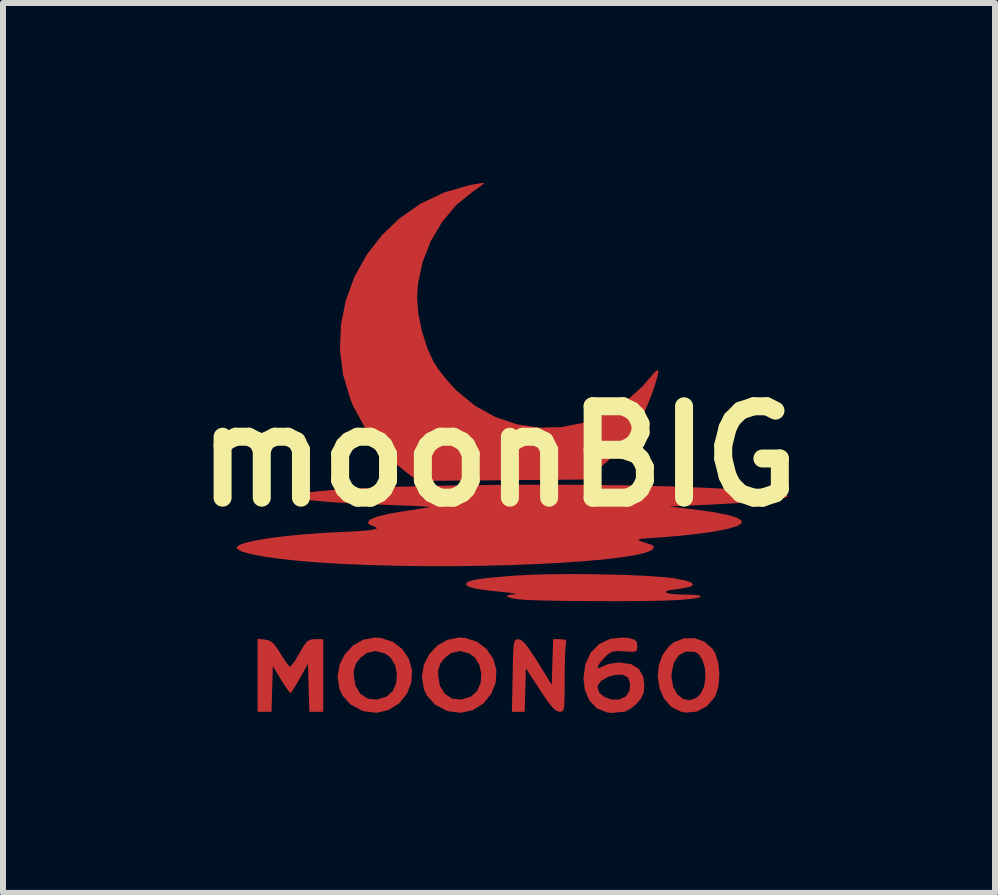
<source format=kicad_pcb>
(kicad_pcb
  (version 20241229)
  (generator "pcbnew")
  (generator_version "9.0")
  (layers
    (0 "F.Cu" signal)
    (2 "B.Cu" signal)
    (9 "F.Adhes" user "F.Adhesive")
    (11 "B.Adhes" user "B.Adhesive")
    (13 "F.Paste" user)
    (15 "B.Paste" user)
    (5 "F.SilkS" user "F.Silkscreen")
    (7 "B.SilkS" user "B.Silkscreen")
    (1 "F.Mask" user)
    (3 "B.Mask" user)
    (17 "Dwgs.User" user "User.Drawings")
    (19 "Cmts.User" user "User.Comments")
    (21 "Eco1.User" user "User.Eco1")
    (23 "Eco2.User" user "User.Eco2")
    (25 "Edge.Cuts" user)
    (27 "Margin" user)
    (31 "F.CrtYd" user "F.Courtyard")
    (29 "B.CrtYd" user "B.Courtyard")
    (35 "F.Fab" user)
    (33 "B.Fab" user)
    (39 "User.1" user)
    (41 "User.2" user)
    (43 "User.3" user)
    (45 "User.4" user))
  (footprint "moonBIG"
    (layer "F.Cu")
    (at 5.269 4.557)
    (property "Reference" "moonBIG" (at 0 0 0) (layer "F.SilkS") (effects (font (size 1.524 1.524) (thickness 0.3))))
    (attr board_only exclude_from_pos_files exclude_from_bom)
    (fp_poly (pts (xy -3.9 3.055) (xy -3.823 3.074) (xy -3.758 3.122) (xy -3.688 3.216) (xy -3.647 3.282) (xy -3.576 3.395) (xy -3.518 3.476) (xy -3.487 3.507) (xy -3.455 3.481) (xy -3.399 3.402) (xy -3.33 3.287) (xy -3.328 3.283) (xy -3.256 3.158) (xy -3.201 3.087) (xy -3.147 3.056) (xy -3.075 3.048) (xy -3.065 3.048) (xy -2.931 3.048) (xy -2.931 4.259) (xy -3.162 4.259) (xy -3.174 3.859) (xy -3.185 3.458) (xy -3.321 3.703) (xy -3.39 3.822) (xy -3.446 3.909) (xy -3.477 3.946) (xy -3.478 3.947) (xy -3.507 3.916) (xy -3.563 3.835) (xy -3.635 3.722) (xy -3.771 3.497) (xy -3.782 3.878) (xy -3.793 4.259) (xy -4.025 4.259) (xy -4.025 3.043)) (stroke (width 0) (type solid)) (fill yes) (layer "F.Cu"))
    (fp_poly (pts (xy -1.972 3.027) (xy -1.771 3.092) (xy -1.613 3.213) (xy -1.504 3.374) (xy -1.451 3.564) (xy -1.461 3.766) (xy -1.532 3.953) (xy -1.667 4.121) (xy -1.843 4.23) (xy -2.042 4.276) (xy -2.25 4.251) (xy -2.28 4.241) (xy -2.476 4.137) (xy -2.611 3.986) (xy -2.661 3.878) (xy -2.692 3.672) (xy -2.687 3.642) (xy -2.423 3.642) (xy -2.393 3.824) (xy -2.311 3.959) (xy -2.189 4.039) (xy -2.038 4.056) (xy -1.875 4.005) (xy -1.771 3.912) (xy -1.714 3.778) (xy -1.702 3.626) (xy -1.734 3.476) (xy -1.811 3.352) (xy -1.901 3.287) (xy -2.062 3.245) (xy -2.205 3.279) (xy -2.309 3.358) (xy -2.388 3.458) (xy -2.42 3.568) (xy -2.423 3.642) (xy -2.687 3.642) (xy -2.659 3.474) (xy -2.569 3.297) (xy -2.435 3.154) (xy -2.265 3.058) (xy -2.07 3.02)) (stroke (width 0) (type solid)) (fill yes) (layer "F.Cu"))
    (fp_poly (pts (xy -0.565 3.027) (xy -0.364 3.092) (xy -0.206 3.213) (xy -0.097 3.374) (xy -0.044 3.564) (xy -0.054 3.766) (xy -0.126 3.953) (xy -0.26 4.121) (xy -0.436 4.23) (xy -0.636 4.276) (xy -0.843 4.251) (xy -0.873 4.241) (xy -1.069 4.137) (xy -1.204 3.986) (xy -1.254 3.878) (xy -1.286 3.672) (xy -1.281 3.642) (xy -1.016 3.642) (xy -0.986 3.824) (xy -0.904 3.959) (xy -0.782 4.039) (xy -0.632 4.056) (xy -0.468 4.005) (xy -0.365 3.912) (xy -0.307 3.778) (xy -0.295 3.626) (xy -0.328 3.476) (xy -0.404 3.352) (xy -0.495 3.287) (xy -0.655 3.245) (xy -0.798 3.279) (xy -0.902 3.358) (xy -0.981 3.458) (xy -1.013 3.568) (xy -1.016 3.642) (xy -1.281 3.642) (xy -1.252 3.474) (xy -1.163 3.297) (xy -1.028 3.154) (xy -0.858 3.058) (xy -0.663 3.02)) (stroke (width 0) (type solid)) (fill yes) (layer "F.Cu"))
    (fp_poly (pts (xy 1.104 3.057) (xy 1.123 3.09) (xy 1.118 3.11) (xy 1.109 3.17) (xy 1.102 3.292) (xy 1.097 3.46) (xy 1.094 3.657) (xy 1.094 3.716) (xy 1.094 3.931) (xy 1.091 4.08) (xy 1.085 4.176) (xy 1.072 4.229) (xy 1.052 4.253) (xy 1.021 4.259) (xy 1.006 4.259) (xy 0.954 4.242) (xy 0.892 4.187) (xy 0.81 4.084) (xy 0.7 3.923) (xy 0.684 3.897) (xy 0.449 3.536) (xy 0.438 3.898) (xy 0.427 4.259) (xy 0.321 4.259) (xy 0.215 4.259) (xy 0.227 3.654) (xy 0.231 3.424) (xy 0.237 3.262) (xy 0.244 3.154) (xy 0.256 3.091) (xy 0.274 3.06) (xy 0.3 3.05) (xy 0.324 3.049) (xy 0.374 3.066) (xy 0.435 3.123) (xy 0.514 3.228) (xy 0.62 3.39) (xy 0.645 3.43) (xy 0.879 3.809) (xy 0.89 3.429) (xy 0.902 3.048) (xy 1.022 3.048)) (stroke (width 0) (type solid)) (fill yes) (layer "F.Cu"))
    (fp_poly (pts (xy 3.422 3.089) (xy 3.556 3.205) (xy 3.605 3.282) (xy 3.656 3.444) (xy 3.674 3.635) (xy 3.659 3.826) (xy 3.612 3.984) (xy 3.597 4.013) (xy 3.464 4.167) (xy 3.299 4.255) (xy 3.115 4.273) (xy 3.027 4.256) (xy 2.869 4.175) (xy 2.752 4.042) (xy 2.678 3.873) (xy 2.647 3.685) (xy 2.647 3.676) (xy 2.875 3.676) (xy 2.902 3.841) (xy 2.97 3.966) (xy 3.066 4.044) (xy 3.176 4.067) (xy 3.287 4.028) (xy 3.358 3.961) (xy 3.418 3.839) (xy 3.442 3.691) (xy 3.433 3.537) (xy 3.393 3.398) (xy 3.327 3.297) (xy 3.259 3.259) (xy 3.113 3.255) (xy 2.995 3.318) (xy 2.914 3.441) (xy 2.877 3.614) (xy 2.875 3.676) (xy 2.647 3.676) (xy 2.661 3.493) (xy 2.723 3.315) (xy 2.833 3.165) (xy 2.908 3.105) (xy 3.079 3.034) (xy 3.257 3.031)) (stroke (width 0) (type solid)) (fill yes) (layer "F.Cu"))
    (fp_poly (pts (xy 1.489 1.964) (xy 1.833 1.97) (xy 2.162 1.98) (xy 2.46 1.993) (xy 2.712 2.011) (xy 2.903 2.032) (xy 2.91 2.033) (xy 3.095 2.067) (xy 3.204 2.103) (xy 3.237 2.138) (xy 3.192 2.172) (xy 3.07 2.2) (xy 2.947 2.217) (xy 2.825 2.235) (xy 2.777 2.256) (xy 2.796 2.277) (xy 2.877 2.294) (xy 3.015 2.304) (xy 3.095 2.305) (xy 3.259 2.31) (xy 3.349 2.321) (xy 3.368 2.338) (xy 3.321 2.357) (xy 3.209 2.376) (xy 3.037 2.392) (xy 2.959 2.397) (xy 2.781 2.404) (xy 2.542 2.41) (xy 2.256 2.413) (xy 1.942 2.415) (xy 1.614 2.414) (xy 1.289 2.412) (xy 0.983 2.409) (xy 0.713 2.403) (xy 0.495 2.396) (xy 0.449 2.394) (xy 0.303 2.381) (xy 0.195 2.361) (xy 0.135 2.339) (xy 0.132 2.319) (xy 0.192 2.304) (xy 0.256 2.3) (xy 0.286 2.295) (xy 0.248 2.285) (xy 0.148 2.271) (xy 0.039 2.26) (xy -0.207 2.233) (xy -0.382 2.207) (xy -0.492 2.179) (xy -0.543 2.148) (xy -0.549 2.129) (xy -0.53 2.1) (xy -0.474 2.075) (xy -0.372 2.052) (xy -0.217 2.031) (xy 0.001 2.01) (xy 0.274 1.988) (xy 0.522 1.975) (xy 0.818 1.966) (xy 1.145 1.963)) (stroke (width 0) (type solid)) (fill yes) (layer "F.Cu"))
    (fp_poly (pts (xy 2.154 3.029) (xy 2.253 3.053) (xy 2.296 3.092) (xy 2.306 3.162) (xy 2.302 3.223) (xy 2.278 3.253) (xy 2.215 3.26) (xy 2.093 3.252) (xy 2.092 3.252) (xy 1.964 3.245) (xy 1.881 3.26) (xy 1.812 3.304) (xy 1.76 3.353) (xy 1.682 3.442) (xy 1.645 3.506) (xy 1.651 3.534) (xy 1.703 3.516) (xy 1.728 3.5) (xy 1.829 3.46) (xy 1.973 3.44) (xy 2.016 3.439) (xy 2.203 3.465) (xy 2.333 3.545) (xy 2.405 3.678) (xy 2.423 3.819) (xy 2.412 3.943) (xy 2.369 4.036) (xy 2.29 4.127) (xy 2.195 4.206) (xy 2.108 4.253) (xy 2.078 4.259) (xy 1.986 4.266) (xy 1.947 4.273) (xy 1.87 4.278) (xy 1.8 4.27) (xy 1.633 4.202) (xy 1.508 4.073) (xy 1.43 3.894) (xy 1.425 3.852) (xy 1.641 3.852) (xy 1.675 3.946) (xy 1.763 4.016) (xy 1.879 4.054) (xy 2.002 4.054) (xy 2.108 4.007) (xy 2.117 3.999) (xy 2.173 3.907) (xy 2.186 3.794) (xy 2.154 3.696) (xy 2.141 3.681) (xy 2.055 3.641) (xy 1.937 3.643) (xy 1.814 3.678) (xy 1.71 3.738) (xy 1.648 3.815) (xy 1.641 3.852) (xy 1.425 3.852) (xy 1.407 3.699) (xy 1.439 3.465) (xy 1.53 3.272) (xy 1.671 3.128) (xy 1.853 3.042) (xy 2.068 3.02)) (stroke (width 0) (type solid)) (fill yes) (layer "F.Cu"))
    (fp_poly (pts (xy -0.246 -4.557) (xy -0.27 -4.532) (xy -0.343 -4.478) (xy -0.428 -4.42) (xy -0.706 -4.196) (xy -0.945 -3.914) (xy -1.137 -3.589) (xy -1.276 -3.234) (xy -1.353 -2.863) (xy -1.367 -2.634) (xy -1.345 -2.372) (xy -1.285 -2.083) (xy -1.195 -1.802) (xy -1.088 -1.569) (xy -0.999 -1.436) (xy -0.876 -1.28) (xy -0.74 -1.129) (xy -0.706 -1.094) (xy -0.397 -0.84) (xy -0.058 -0.654) (xy 0.302 -0.533) (xy 0.674 -0.478) (xy 1.049 -0.488) (xy 1.417 -0.562) (xy 1.77 -0.701) (xy 2.098 -0.903) (xy 2.392 -1.167) (xy 2.504 -1.298) (xy 2.593 -1.402) (xy 2.643 -1.44) (xy 2.657 -1.42) (xy 2.64 -1.323) (xy 2.596 -1.176) (xy 2.534 -1.002) (xy 2.46 -0.82) (xy 2.384 -0.651) (xy 2.313 -0.517) (xy 2.302 -0.5) (xy 2.169 -0.315) (xy 2.003 -0.118) (xy 1.823 0.068) (xy 1.652 0.221) (xy 1.578 0.276) (xy 1.418 0.387) (xy 0.039 0.399) (xy -1.339 0.41) (xy -1.481 0.317) (xy -1.756 0.098) (xy -2.017 -0.18) (xy -2.246 -0.497) (xy -2.428 -0.832) (xy -2.473 -0.938) (xy -2.599 -1.356) (xy -2.652 -1.778) (xy -2.635 -2.197) (xy -2.553 -2.604) (xy -2.41 -2.992) (xy -2.209 -3.354) (xy -1.956 -3.684) (xy -1.653 -3.972) (xy -1.305 -4.213) (xy -0.916 -4.398) (xy -0.515 -4.515) (xy -0.384 -4.54) (xy -0.287 -4.556) (xy -0.246 -4.557)) (stroke (width 0) (type solid)) (fill yes) (layer "F.Cu"))
    (fp_poly (pts (xy 1.475 0.476) (xy 1.999 0.482) (xy 2.499 0.492) (xy 2.966 0.505) (xy 3.068 0.509) (xy 3.542 0.529) (xy 3.942 0.55) (xy 4.268 0.571) (xy 4.519 0.594) (xy 4.695 0.618) (xy 4.795 0.642) (xy 4.818 0.667) (xy 4.764 0.693) (xy 4.633 0.719) (xy 4.462 0.742) (xy 4.31 0.756) (xy 4.103 0.772) (xy 3.863 0.787) (xy 3.611 0.801) (xy 3.489 0.807) (xy 2.833 0.836) (xy 3.263 0.887) (xy 3.572 0.93) (xy 3.805 0.975) (xy 3.961 1.021) (xy 4.041 1.068) (xy 4.045 1.115) (xy 3.971 1.162) (xy 3.82 1.208) (xy 3.591 1.253) (xy 3.482 1.27) (xy 3.269 1.297) (xy 3.02 1.324) (xy 2.776 1.345) (xy 2.683 1.352) (xy 2.498 1.364) (xy 2.383 1.374) (xy 2.328 1.384) (xy 2.325 1.397) (xy 2.365 1.416) (xy 2.409 1.431) (xy 2.505 1.464) (xy 2.563 1.483) (xy 2.569 1.484) (xy 2.579 1.515) (xy 2.579 1.523) (xy 2.541 1.568) (xy 2.431 1.61) (xy 2.257 1.65) (xy 2.023 1.686) (xy 1.737 1.72) (xy 1.406 1.749) (xy 1.035 1.775) (xy 0.631 1.796) (xy 0.201 1.813) (xy -0.249 1.824) (xy -0.712 1.831) (xy -1.183 1.831) (xy -1.654 1.826) (xy -2.118 1.814) (xy -2.571 1.796) (xy -2.636 1.793) (xy -3.024 1.769) (xy -3.376 1.739) (xy -3.685 1.705) (xy -3.945 1.667) (xy -4.15 1.627) (xy -4.293 1.585) (xy -4.367 1.542) (xy -4.377 1.522) (xy -4.339 1.482) (xy -4.232 1.442) (xy -4.063 1.403) (xy -3.841 1.366) (xy -3.575 1.332) (xy -3.272 1.302) (xy -2.942 1.278) (xy -2.667 1.264) (xy -2.399 1.251) (xy -2.206 1.237) (xy -2.085 1.22) (xy -2.035 1.202) (xy -2.052 1.18) (xy -2.11 1.161) (xy -2.174 1.129) (xy -2.188 1.104) (xy -2.149 1.054) (xy -2.033 1.005) (xy -1.84 0.958) (xy -1.586 0.915) (xy -1.417 0.89) (xy -1.276 0.867) (xy -1.181 0.851) (xy -1.153 0.845) (xy -1.178 0.841) (xy -1.27 0.834) (xy -1.419 0.827) (xy -1.614 0.819) (xy -1.843 0.81) (xy -1.915 0.808) (xy -2.242 0.795) (xy -2.546 0.78) (xy -2.818 0.762) (xy -3.048 0.742) (xy -3.227 0.722) (xy -3.345 0.702) (xy -3.392 0.685) (xy -3.402 0.659) (xy -3.365 0.637) (xy -3.274 0.616) (xy -3.117 0.594) (xy -3.044 0.586) (xy -2.79 0.562) (xy -2.468 0.541) (xy -2.086 0.523) (xy -1.654 0.507) (xy -1.181 0.494) (xy -0.676 0.484) (xy -0.149 0.477) (xy 0.392 0.474) (xy 0.936 0.473)) (stroke (width 0) (type solid)) (fill yes) (layer "F.Cu"))
    (fp_poly (pts (xy -3.9 3.055) (xy -3.823 3.074) (xy -3.758 3.122) (xy -3.688 3.216) (xy -3.647 3.282) (xy -3.576 3.395) (xy -3.518 3.476) (xy -3.487 3.507) (xy -3.455 3.481) (xy -3.399 3.402) (xy -3.33 3.287) (xy -3.328 3.283) (xy -3.256 3.158) (xy -3.201 3.087) (xy -3.147 3.056) (xy -3.075 3.048) (xy -3.065 3.048) (xy -2.931 3.048) (xy -2.931 4.259) (xy -3.162 4.259) (xy -3.174 3.859) (xy -3.185 3.458) (xy -3.321 3.703) (xy -3.39 3.822) (xy -3.446 3.909) (xy -3.477 3.946) (xy -3.478 3.947) (xy -3.507 3.916) (xy -3.563 3.835) (xy -3.635 3.722) (xy -3.771 3.497) (xy -3.782 3.878) (xy -3.793 4.259) (xy -4.025 4.259) (xy -4.025 3.043)) (stroke (width 0) (type solid)) (fill yes) (layer "F.Mask"))
    (fp_poly (pts (xy -1.972 3.027) (xy -1.771 3.092) (xy -1.613 3.213) (xy -1.504 3.374) (xy -1.451 3.564) (xy -1.461 3.766) (xy -1.532 3.953) (xy -1.667 4.121) (xy -1.843 4.23) (xy -2.042 4.276) (xy -2.25 4.251) (xy -2.28 4.241) (xy -2.476 4.137) (xy -2.611 3.986) (xy -2.661 3.878) (xy -2.692 3.672) (xy -2.687 3.642) (xy -2.423 3.642) (xy -2.393 3.824) (xy -2.311 3.959) (xy -2.189 4.039) (xy -2.038 4.056) (xy -1.875 4.005) (xy -1.771 3.912) (xy -1.714 3.778) (xy -1.702 3.626) (xy -1.734 3.476) (xy -1.811 3.352) (xy -1.901 3.287) (xy -2.062 3.245) (xy -2.205 3.279) (xy -2.309 3.358) (xy -2.388 3.458) (xy -2.42 3.568) (xy -2.423 3.642) (xy -2.687 3.642) (xy -2.659 3.474) (xy -2.569 3.297) (xy -2.435 3.154) (xy -2.265 3.058) (xy -2.07 3.02)) (stroke (width 0) (type solid)) (fill yes) (layer "F.Mask"))
    (fp_poly (pts (xy -0.565 3.027) (xy -0.364 3.092) (xy -0.206 3.213) (xy -0.097 3.374) (xy -0.044 3.564) (xy -0.054 3.766) (xy -0.126 3.953) (xy -0.26 4.121) (xy -0.436 4.23) (xy -0.636 4.276) (xy -0.843 4.251) (xy -0.873 4.241) (xy -1.069 4.137) (xy -1.204 3.986) (xy -1.254 3.878) (xy -1.286 3.672) (xy -1.281 3.642) (xy -1.016 3.642) (xy -0.986 3.824) (xy -0.904 3.959) (xy -0.782 4.039) (xy -0.632 4.056) (xy -0.468 4.005) (xy -0.365 3.912) (xy -0.307 3.778) (xy -0.295 3.626) (xy -0.328 3.476) (xy -0.404 3.352) (xy -0.495 3.287) (xy -0.655 3.245) (xy -0.798 3.279) (xy -0.902 3.358) (xy -0.981 3.458) (xy -1.013 3.568) (xy -1.016 3.642) (xy -1.281 3.642) (xy -1.252 3.474) (xy -1.163 3.297) (xy -1.028 3.154) (xy -0.858 3.058) (xy -0.663 3.02)) (stroke (width 0) (type solid)) (fill yes) (layer "F.Mask"))
    (fp_poly (pts (xy 1.104 3.057) (xy 1.123 3.09) (xy 1.118 3.11) (xy 1.109 3.17) (xy 1.102 3.292) (xy 1.097 3.46) (xy 1.094 3.657) (xy 1.094 3.716) (xy 1.094 3.931) (xy 1.091 4.08) (xy 1.085 4.176) (xy 1.072 4.229) (xy 1.052 4.253) (xy 1.021 4.259) (xy 1.006 4.259) (xy 0.954 4.242) (xy 0.892 4.187) (xy 0.81 4.084) (xy 0.7 3.923) (xy 0.684 3.897) (xy 0.449 3.536) (xy 0.438 3.898) (xy 0.427 4.259) (xy 0.321 4.259) (xy 0.215 4.259) (xy 0.227 3.654) (xy 0.231 3.424) (xy 0.237 3.262) (xy 0.244 3.154) (xy 0.256 3.091) (xy 0.274 3.06) (xy 0.3 3.05) (xy 0.324 3.049) (xy 0.374 3.066) (xy 0.435 3.123) (xy 0.514 3.228) (xy 0.62 3.39) (xy 0.645 3.43) (xy 0.879 3.809) (xy 0.89 3.429) (xy 0.902 3.048) (xy 1.022 3.048)) (stroke (width 0) (type solid)) (fill yes) (layer "F.Mask"))
    (fp_poly (pts (xy 3.422 3.089) (xy 3.556 3.205) (xy 3.605 3.282) (xy 3.656 3.444) (xy 3.674 3.635) (xy 3.659 3.826) (xy 3.612 3.984) (xy 3.597 4.013) (xy 3.464 4.167) (xy 3.299 4.255) (xy 3.115 4.273) (xy 3.027 4.256) (xy 2.869 4.175) (xy 2.752 4.042) (xy 2.678 3.873) (xy 2.647 3.685) (xy 2.647 3.676) (xy 2.875 3.676) (xy 2.902 3.841) (xy 2.97 3.966) (xy 3.066 4.044) (xy 3.176 4.067) (xy 3.287 4.028) (xy 3.358 3.961) (xy 3.418 3.839) (xy 3.442 3.691) (xy 3.433 3.537) (xy 3.393 3.398) (xy 3.327 3.297) (xy 3.259 3.259) (xy 3.113 3.255) (xy 2.995 3.318) (xy 2.914 3.441) (xy 2.877 3.614) (xy 2.875 3.676) (xy 2.647 3.676) (xy 2.661 3.493) (xy 2.723 3.315) (xy 2.833 3.165) (xy 2.908 3.105) (xy 3.079 3.034) (xy 3.257 3.031)) (stroke (width 0) (type solid)) (fill yes) (layer "F.Mask"))
    (fp_poly (pts (xy 1.489 1.964) (xy 1.833 1.97) (xy 2.162 1.98) (xy 2.46 1.993) (xy 2.712 2.011) (xy 2.903 2.032) (xy 2.91 2.033) (xy 3.095 2.067) (xy 3.204 2.103) (xy 3.237 2.138) (xy 3.192 2.172) (xy 3.07 2.2) (xy 2.947 2.217) (xy 2.825 2.235) (xy 2.777 2.256) (xy 2.796 2.277) (xy 2.877 2.294) (xy 3.015 2.304) (xy 3.095 2.305) (xy 3.259 2.31) (xy 3.349 2.321) (xy 3.368 2.338) (xy 3.321 2.357) (xy 3.209 2.376) (xy 3.037 2.392) (xy 2.959 2.397) (xy 2.781 2.404) (xy 2.542 2.41) (xy 2.256 2.413) (xy 1.942 2.415) (xy 1.614 2.414) (xy 1.289 2.412) (xy 0.983 2.409) (xy 0.713 2.403) (xy 0.495 2.396) (xy 0.449 2.394) (xy 0.303 2.381) (xy 0.195 2.361) (xy 0.135 2.339) (xy 0.132 2.319) (xy 0.192 2.304) (xy 0.256 2.3) (xy 0.286 2.295) (xy 0.248 2.285) (xy 0.148 2.271) (xy 0.039 2.26) (xy -0.207 2.233) (xy -0.382 2.207) (xy -0.492 2.179) (xy -0.543 2.148) (xy -0.549 2.129) (xy -0.53 2.1) (xy -0.474 2.075) (xy -0.372 2.052) (xy -0.217 2.031) (xy 0.001 2.01) (xy 0.274 1.988) (xy 0.522 1.975) (xy 0.818 1.966) (xy 1.145 1.963)) (stroke (width 0) (type solid)) (fill yes) (layer "F.Mask"))
    (fp_poly (pts (xy 2.154 3.029) (xy 2.253 3.053) (xy 2.296 3.092) (xy 2.306 3.162) (xy 2.302 3.223) (xy 2.278 3.253) (xy 2.215 3.26) (xy 2.093 3.252) (xy 2.092 3.252) (xy 1.964 3.245) (xy 1.881 3.26) (xy 1.812 3.304) (xy 1.76 3.353) (xy 1.682 3.442) (xy 1.645 3.506) (xy 1.651 3.534) (xy 1.703 3.516) (xy 1.728 3.5) (xy 1.829 3.46) (xy 1.973 3.44) (xy 2.016 3.439) (xy 2.203 3.465) (xy 2.333 3.545) (xy 2.405 3.678) (xy 2.423 3.819) (xy 2.412 3.943) (xy 2.369 4.036) (xy 2.29 4.127) (xy 2.195 4.206) (xy 2.108 4.253) (xy 2.078 4.259) (xy 1.986 4.266) (xy 1.947 4.273) (xy 1.87 4.278) (xy 1.8 4.27) (xy 1.633 4.202) (xy 1.508 4.073) (xy 1.43 3.894) (xy 1.425 3.852) (xy 1.641 3.852) (xy 1.675 3.946) (xy 1.763 4.016) (xy 1.879 4.054) (xy 2.002 4.054) (xy 2.108 4.007) (xy 2.117 3.999) (xy 2.173 3.907) (xy 2.186 3.794) (xy 2.154 3.696) (xy 2.141 3.681) (xy 2.055 3.641) (xy 1.937 3.643) (xy 1.814 3.678) (xy 1.71 3.738) (xy 1.648 3.815) (xy 1.641 3.852) (xy 1.425 3.852) (xy 1.407 3.699) (xy 1.439 3.465) (xy 1.53 3.272) (xy 1.671 3.128) (xy 1.853 3.042) (xy 2.068 3.02)) (stroke (width 0) (type solid)) (fill yes) (layer "F.Mask"))
    (fp_poly (pts (xy -0.246 -4.557) (xy -0.27 -4.532) (xy -0.343 -4.478) (xy -0.428 -4.42) (xy -0.706 -4.196) (xy -0.945 -3.914) (xy -1.137 -3.589) (xy -1.276 -3.234) (xy -1.353 -2.863) (xy -1.367 -2.634) (xy -1.345 -2.372) (xy -1.285 -2.083) (xy -1.195 -1.802) (xy -1.088 -1.569) (xy -0.999 -1.436) (xy -0.876 -1.28) (xy -0.74 -1.129) (xy -0.706 -1.094) (xy -0.397 -0.84) (xy -0.058 -0.654) (xy 0.302 -0.533) (xy 0.674 -0.478) (xy 1.049 -0.488) (xy 1.417 -0.562) (xy 1.77 -0.701) (xy 2.098 -0.903) (xy 2.392 -1.167) (xy 2.504 -1.298) (xy 2.593 -1.402) (xy 2.643 -1.44) (xy 2.657 -1.42) (xy 2.64 -1.323) (xy 2.596 -1.176) (xy 2.534 -1.002) (xy 2.46 -0.82) (xy 2.384 -0.651) (xy 2.313 -0.517) (xy 2.302 -0.5) (xy 2.169 -0.315) (xy 2.003 -0.118) (xy 1.823 0.068) (xy 1.652 0.221) (xy 1.578 0.276) (xy 1.418 0.387) (xy 0.039 0.399) (xy -1.339 0.41) (xy -1.481 0.317) (xy -1.756 0.098) (xy -2.017 -0.18) (xy -2.246 -0.497) (xy -2.428 -0.832) (xy -2.473 -0.938) (xy -2.599 -1.356) (xy -2.652 -1.778) (xy -2.635 -2.197) (xy -2.553 -2.604) (xy -2.41 -2.992) (xy -2.209 -3.354) (xy -1.956 -3.684) (xy -1.653 -3.972) (xy -1.305 -4.213) (xy -0.916 -4.398) (xy -0.515 -4.515) (xy -0.384 -4.54) (xy -0.287 -4.556) (xy -0.246 -4.557)) (stroke (width 0) (type solid)) (fill yes) (layer "F.Mask"))
    (fp_poly (pts (xy 1.475 0.476) (xy 1.999 0.482) (xy 2.499 0.492) (xy 2.966 0.505) (xy 3.068 0.509) (xy 3.542 0.529) (xy 3.942 0.55) (xy 4.268 0.571) (xy 4.519 0.594) (xy 4.695 0.618) (xy 4.795 0.642) (xy 4.818 0.667) (xy 4.764 0.693) (xy 4.633 0.719) (xy 4.462 0.742) (xy 4.31 0.756) (xy 4.103 0.772) (xy 3.863 0.787) (xy 3.611 0.801) (xy 3.489 0.807) (xy 2.833 0.836) (xy 3.263 0.887) (xy 3.572 0.93) (xy 3.805 0.975) (xy 3.961 1.021) (xy 4.041 1.068) (xy 4.045 1.115) (xy 3.971 1.162) (xy 3.82 1.208) (xy 3.591 1.253) (xy 3.482 1.27) (xy 3.269 1.297) (xy 3.02 1.324) (xy 2.776 1.345) (xy 2.683 1.352) (xy 2.498 1.364) (xy 2.383 1.374) (xy 2.328 1.384) (xy 2.325 1.397) (xy 2.365 1.416) (xy 2.409 1.431) (xy 2.505 1.464) (xy 2.563 1.483) (xy 2.569 1.484) (xy 2.579 1.515) (xy 2.579 1.523) (xy 2.541 1.568) (xy 2.431 1.61) (xy 2.257 1.65) (xy 2.023 1.686) (xy 1.737 1.72) (xy 1.406 1.749) (xy 1.035 1.775) (xy 0.631 1.796) (xy 0.201 1.813) (xy -0.249 1.824) (xy -0.712 1.831) (xy -1.183 1.831) (xy -1.654 1.826) (xy -2.118 1.814) (xy -2.571 1.796) (xy -2.636 1.793) (xy -3.024 1.769) (xy -3.376 1.739) (xy -3.685 1.705) (xy -3.945 1.667) (xy -4.15 1.627) (xy -4.293 1.585) (xy -4.367 1.542) (xy -4.377 1.522) (xy -4.339 1.482) (xy -4.232 1.442) (xy -4.063 1.403) (xy -3.841 1.366) (xy -3.575 1.332) (xy -3.272 1.302) (xy -2.942 1.278) (xy -2.667 1.264) (xy -2.399 1.251) (xy -2.206 1.237) (xy -2.085 1.22) (xy -2.035 1.202) (xy -2.052 1.18) (xy -2.11 1.161) (xy -2.174 1.129) (xy -2.188 1.104) (xy -2.149 1.054) (xy -2.033 1.005) (xy -1.84 0.958) (xy -1.586 0.915) (xy -1.417 0.89) (xy -1.276 0.867) (xy -1.181 0.851) (xy -1.153 0.845) (xy -1.178 0.841) (xy -1.27 0.834) (xy -1.419 0.827) (xy -1.614 0.819) (xy -1.843 0.81) (xy -1.915 0.808) (xy -2.242 0.795) (xy -2.546 0.78) (xy -2.818 0.762) (xy -3.048 0.742) (xy -3.227 0.722) (xy -3.345 0.702) (xy -3.392 0.685) (xy -3.402 0.659) (xy -3.365 0.637) (xy -3.274 0.616) (xy -3.117 0.594) (xy -3.044 0.586) (xy -2.79 0.562) (xy -2.468 0.541) (xy -2.086 0.523) (xy -1.654 0.507) (xy -1.181 0.494) (xy -0.676 0.484) (xy -0.149 0.477) (xy 0.392 0.474) (xy 0.936 0.473)) (stroke (width 0) (type solid)) (fill yes) (layer "F.Mask")))
  (gr_rect
    (start -3 -3)
    (end 13.537 11.835)
    (stroke (width 0.1) (type default))
    (fill no)
    (layer "Edge.Cuts")))
</source>
